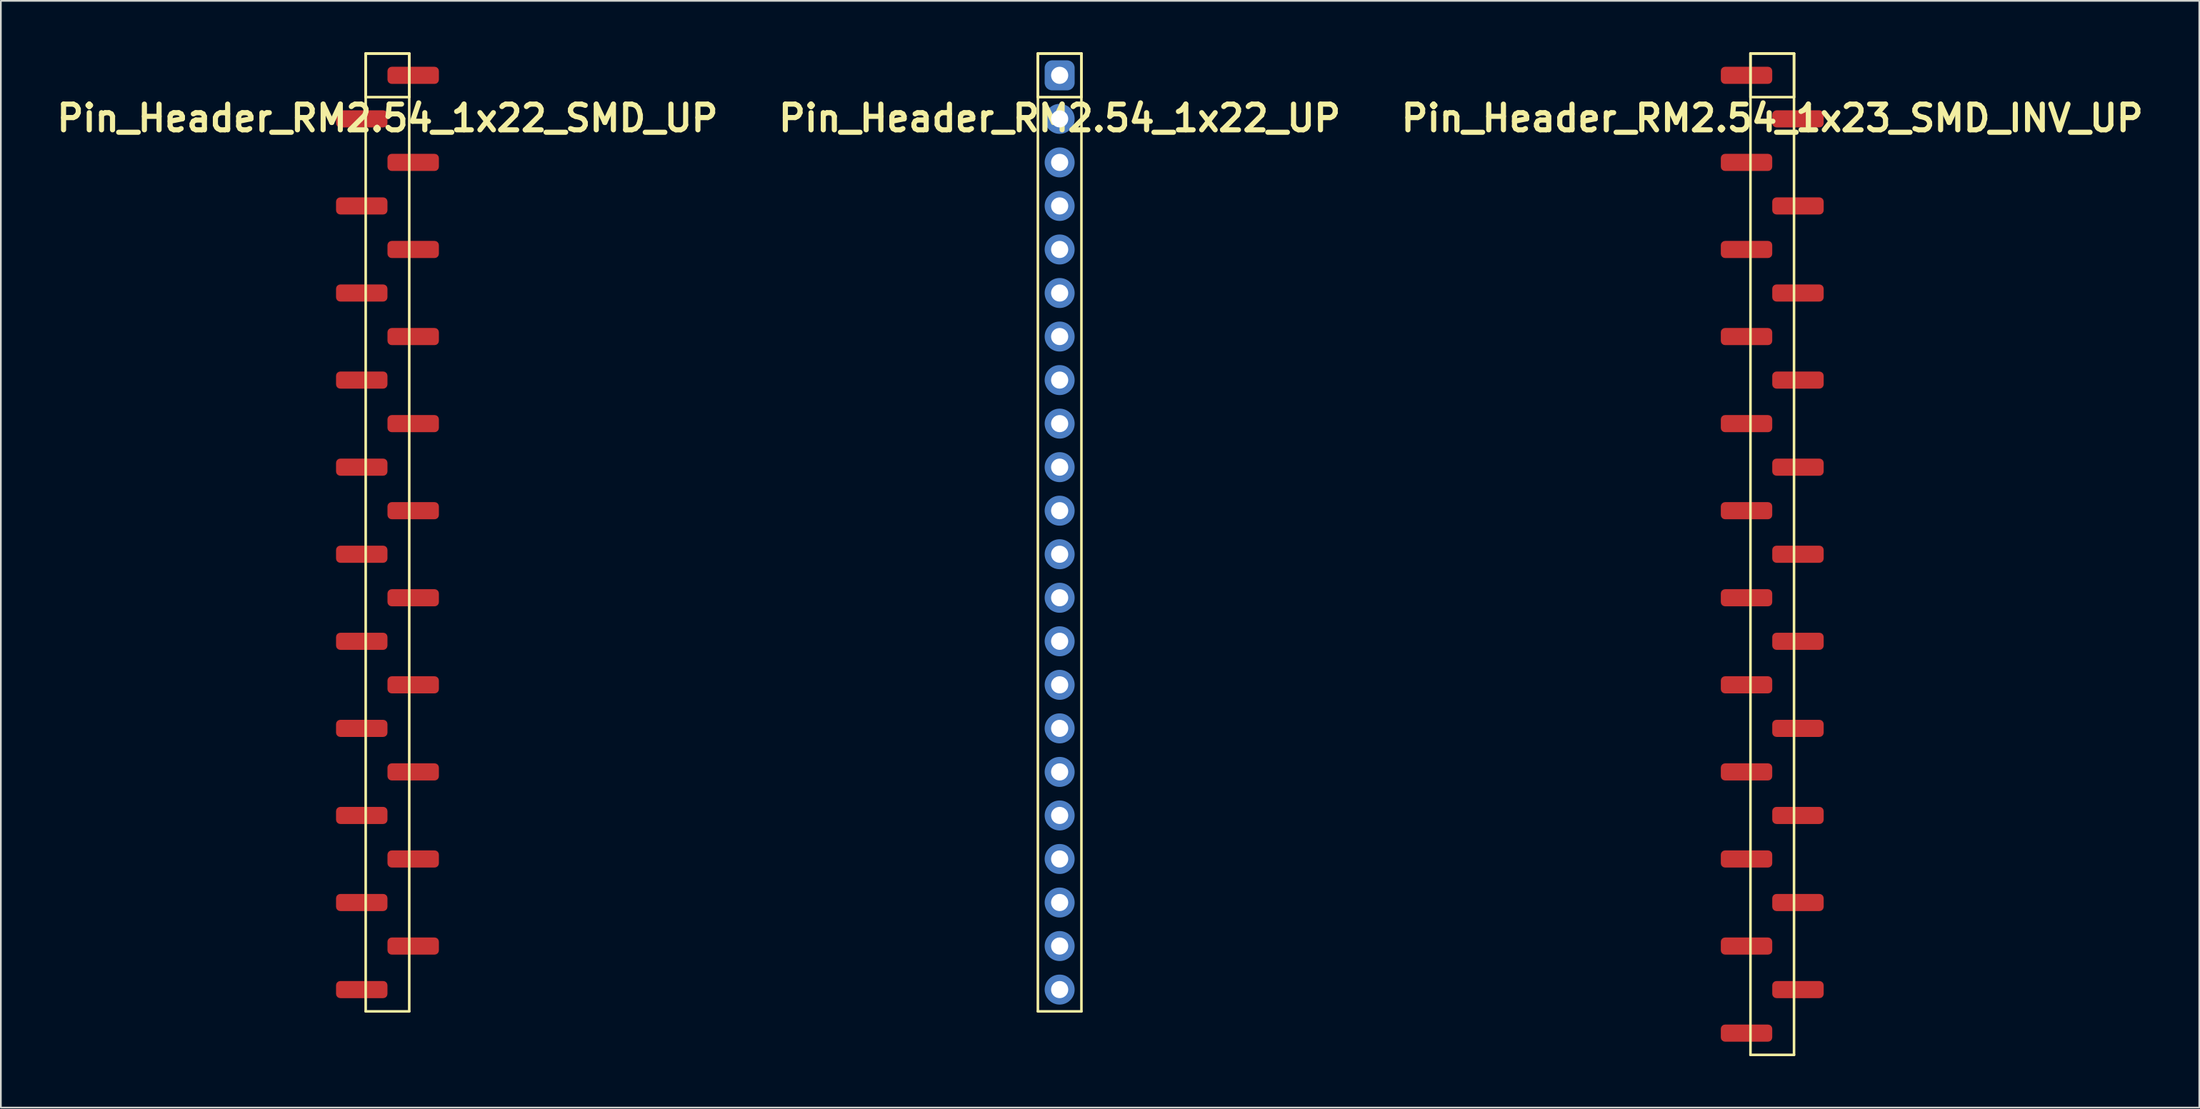
<source format=kicad_pcb>
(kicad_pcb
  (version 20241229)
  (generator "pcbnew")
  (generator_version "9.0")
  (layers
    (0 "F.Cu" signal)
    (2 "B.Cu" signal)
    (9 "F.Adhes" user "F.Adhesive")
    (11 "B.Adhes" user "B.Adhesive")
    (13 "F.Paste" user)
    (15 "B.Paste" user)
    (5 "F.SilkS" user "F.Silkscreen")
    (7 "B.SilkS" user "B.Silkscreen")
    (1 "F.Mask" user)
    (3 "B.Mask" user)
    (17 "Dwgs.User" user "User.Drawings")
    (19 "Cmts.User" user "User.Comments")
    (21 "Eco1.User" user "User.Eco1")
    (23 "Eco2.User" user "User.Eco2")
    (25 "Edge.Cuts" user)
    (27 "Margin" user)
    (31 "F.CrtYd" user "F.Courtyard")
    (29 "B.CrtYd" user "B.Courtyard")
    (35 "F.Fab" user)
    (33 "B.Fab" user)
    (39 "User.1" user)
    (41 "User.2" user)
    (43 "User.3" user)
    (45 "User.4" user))
  (footprint "Pin_Header_RM2.54_1x23_SMD_INV_UP"
    (layer "F.Cu")
    (at 100.321 1.345)
    (property "Reference" "Pin_Header_RM2.54_1x23_SMD_INV_UP" (at 0 2.5 0) (layer "F.SilkS") (effects (font (size 1.5 1.5) (thickness 0.3))))
    (attr through_hole)
    (fp_line (start -1.27 -1.27) (end 1.27 -1.27) (stroke (width 0.15) (type solid)) (layer "F.SilkS"))
    (fp_line (start -1.27 -1.27) (end 1.27 -1.27) (stroke (width 0.15) (type solid)) (layer "F.SilkS"))
    (fp_line (start -1.27 1.27) (end -1.27 -1.27) (stroke (width 0.15) (type solid)) (layer "F.SilkS"))
    (fp_line (start -1.27 57.15) (end -1.27 -1.27) (stroke (width 0.15) (type solid)) (layer "F.SilkS"))
    (fp_line (start 1.27 -1.27) (end 1.27 1.27) (stroke (width 0.15) (type solid)) (layer "F.SilkS"))
    (fp_line (start 1.27 -1.27) (end 1.27 57.15) (stroke (width 0.15) (type solid)) (layer "F.SilkS"))
    (fp_line (start 1.27 1.27) (end -1.27 1.27) (stroke (width 0.15) (type solid)) (layer "F.SilkS"))
    (fp_line (start 1.27 57.15) (end -1.27 57.15) (stroke (width 0.15) (type solid)) (layer "F.SilkS"))
    (pad "1" smd roundrect (at -1.5 0) (size 3 1) (layers "F.Cu" "F.Mask") (roundrect_rratio 0.25))
    (pad "2" smd roundrect (at 1.5 2.54) (size 3 1) (layers "F.Cu" "F.Mask") (roundrect_rratio 0.25))
    (pad "3" smd roundrect (at -1.5 5.08) (size 3 1) (layers "F.Cu" "F.Mask") (roundrect_rratio 0.25))
    (pad "4" smd roundrect (at 1.5 7.62) (size 3 1) (layers "F.Cu" "F.Mask") (roundrect_rratio 0.25))
    (pad "5" smd roundrect (at -1.5 10.16) (size 3 1) (layers "F.Cu" "F.Mask") (roundrect_rratio 0.25))
    (pad "6" smd roundrect (at 1.5 12.7) (size 3 1) (layers "F.Cu" "F.Mask") (roundrect_rratio 0.25))
    (pad "7" smd roundrect (at -1.5 15.24) (size 3 1) (layers "F.Cu" "F.Mask") (roundrect_rratio 0.25))
    (pad "8" smd roundrect (at 1.5 17.78) (size 3 1) (layers "F.Cu" "F.Mask") (roundrect_rratio 0.25))
    (pad "9" smd roundrect (at -1.5 20.32) (size 3 1) (layers "F.Cu" "F.Mask") (roundrect_rratio 0.25))
    (pad "10" smd roundrect (at 1.5 22.86) (size 3 1) (layers "F.Cu" "F.Mask") (roundrect_rratio 0.25))
    (pad "11" smd roundrect (at -1.5 25.4) (size 3 1) (layers "F.Cu" "F.Mask") (roundrect_rratio 0.25))
    (pad "12" smd roundrect (at 1.5 27.94) (size 3 1) (layers "F.Cu" "F.Mask") (roundrect_rratio 0.25))
    (pad "13" smd roundrect (at -1.5 30.48) (size 3 1) (layers "F.Cu" "F.Mask") (roundrect_rratio 0.25))
    (pad "14" smd roundrect (at 1.5 33.02) (size 3 1) (layers "F.Cu" "F.Mask") (roundrect_rratio 0.25))
    (pad "15" smd roundrect (at -1.5 35.56) (size 3 1) (layers "F.Cu" "F.Mask") (roundrect_rratio 0.25))
    (pad "16" smd roundrect (at 1.5 38.1) (size 3 1) (layers "F.Cu" "F.Mask") (roundrect_rratio 0.25))
    (pad "17" smd roundrect (at -1.5 40.64) (size 3 1) (layers "F.Cu" "F.Mask") (roundrect_rratio 0.25))
    (pad "18" smd roundrect (at 1.5 43.18) (size 3 1) (layers "F.Cu" "F.Mask") (roundrect_rratio 0.25))
    (pad "19" smd roundrect (at -1.5 45.72) (size 3 1) (layers "F.Cu" "F.Mask") (roundrect_rratio 0.25))
    (pad "20" smd roundrect (at 1.5 48.26) (size 3 1) (layers "F.Cu" "F.Mask") (roundrect_rratio 0.25))
    (pad "21" smd roundrect (at -1.5 50.8) (size 3 1) (layers "F.Cu" "F.Mask") (roundrect_rratio 0.25))
    (pad "22" smd roundrect (at 1.5 53.34) (size 3 1) (layers "F.Cu" "F.Mask") (roundrect_rratio 0.25))
    (pad "23" smd roundrect (at -1.5 55.88) (size 3 1) (layers "F.Cu" "F.Mask") (roundrect_rratio 0.25)))
  (footprint "Pin_Header_RM2.54_1x22_UP"
    (layer "F.Cu")
    (at 58.757 1.345)
    (property "Reference" "Pin_Header_RM2.54_1x22_UP" (at 0 2.5 0) (layer "F.SilkS") (effects (font (size 1.5 1.5) (thickness 0.3))))
    (attr through_hole)
    (fp_line (start -1.27 -1.27) (end 1.27 -1.27) (stroke (width 0.15) (type solid)) (layer "F.SilkS"))
    (fp_line (start -1.27 -1.27) (end 1.27 -1.27) (stroke (width 0.15) (type solid)) (layer "F.SilkS"))
    (fp_line (start -1.27 1.27) (end -1.27 -1.27) (stroke (width 0.15) (type solid)) (layer "F.SilkS"))
    (fp_line (start -1.27 54.61) (end -1.27 -1.27) (stroke (width 0.15) (type solid)) (layer "F.SilkS"))
    (fp_line (start 1.27 -1.27) (end 1.27 1.27) (stroke (width 0.15) (type solid)) (layer "F.SilkS"))
    (fp_line (start 1.27 -1.27) (end 1.27 54.61) (stroke (width 0.15) (type solid)) (layer "F.SilkS"))
    (fp_line (start 1.27 1.27) (end -1.27 1.27) (stroke (width 0.15) (type solid)) (layer "F.SilkS"))
    (fp_line (start 1.27 54.61) (end -1.27 54.61) (stroke (width 0.15) (type solid)) (layer "F.SilkS"))
    (pad "1" thru_hole circle (at 0 0) (size 1.3 1.3) (drill 1) (layers "*.Cu" "*.Mask"))
    (pad "1" smd roundrect (at 0 0) (size 1.5 1.5) (layers "F.Cu" "F.Mask") (roundrect_rratio 0.25))
    (pad "1" smd roundrect (at 0 0) (size 1.75 1.75) (layers "B.Cu" "B.Mask") (roundrect_rratio 0.25))
    (pad "2" thru_hole circle (at 0 2.54) (size 1.3 1.3) (drill 1) (layers "*.Cu" "*.Mask"))
    (pad "2" smd circle (at 0 2.54) (size 1.5 1.5) (layers "F.Cu" "F.Mask"))
    (pad "2" smd circle (at 0 2.54) (size 1.75 1.75) (layers "B.Cu" "B.Mask"))
    (pad "3" thru_hole circle (at 0 5.08) (size 1.3 1.3) (drill 1) (layers "*.Cu" "*.Mask"))
    (pad "3" smd circle (at 0 5.08) (size 1.5 1.5) (layers "F.Cu" "F.Mask"))
    (pad "3" smd circle (at 0 5.08) (size 1.75 1.75) (layers "B.Cu" "B.Mask"))
    (pad "4" thru_hole circle (at 0 7.62) (size 1.3 1.3) (drill 1) (layers "*.Cu" "*.Mask"))
    (pad "4" smd circle (at 0 7.62) (size 1.5 1.5) (layers "F.Cu" "F.Mask"))
    (pad "4" smd circle (at 0 7.62) (size 1.75 1.75) (layers "B.Cu" "B.Mask"))
    (pad "5" thru_hole circle (at 0 10.16) (size 1.3 1.3) (drill 1) (layers "*.Cu" "*.Mask"))
    (pad "5" smd circle (at 0 10.16) (size 1.5 1.5) (layers "F.Cu" "F.Mask"))
    (pad "5" smd circle (at 0 10.16) (size 1.75 1.75) (layers "B.Cu" "B.Mask"))
    (pad "6" thru_hole circle (at 0 12.7) (size 1.3 1.3) (drill 1) (layers "*.Cu" "*.Mask"))
    (pad "6" smd circle (at 0 12.7) (size 1.5 1.5) (layers "F.Cu" "F.Mask"))
    (pad "6" smd circle (at 0 12.7) (size 1.75 1.75) (layers "B.Cu" "B.Mask"))
    (pad "7" thru_hole circle (at 0 15.24) (size 1.3 1.3) (drill 1) (layers "*.Cu" "*.Mask"))
    (pad "7" smd circle (at 0 15.24) (size 1.5 1.5) (layers "F.Cu" "F.Mask"))
    (pad "7" smd circle (at 0 15.24) (size 1.75 1.75) (layers "B.Cu" "B.Mask"))
    (pad "8" thru_hole circle (at 0 17.78) (size 1.3 1.3) (drill 1) (layers "*.Cu" "*.Mask"))
    (pad "8" smd circle (at 0 17.78) (size 1.5 1.5) (layers "F.Cu" "F.Mask"))
    (pad "8" smd circle (at 0 17.78) (size 1.75 1.75) (layers "B.Cu" "B.Mask"))
    (pad "9" thru_hole circle (at 0 20.32) (size 1.3 1.3) (drill 1) (layers "*.Cu" "*.Mask"))
    (pad "9" smd circle (at 0 20.32) (size 1.5 1.5) (layers "F.Cu" "F.Mask"))
    (pad "9" smd circle (at 0 20.32) (size 1.75 1.75) (layers "B.Cu" "B.Mask"))
    (pad "10" thru_hole circle (at 0 22.86) (size 1.3 1.3) (drill 1) (layers "*.Cu" "*.Mask"))
    (pad "10" smd circle (at 0 22.86) (size 1.5 1.5) (layers "F.Cu" "F.Mask"))
    (pad "10" smd circle (at 0 22.86) (size 1.75 1.75) (layers "B.Cu" "B.Mask"))
    (pad "11" thru_hole circle (at 0 25.4) (size 1.3 1.3) (drill 1) (layers "*.Cu" "*.Mask"))
    (pad "11" smd circle (at 0 25.4) (size 1.5 1.5) (layers "F.Cu" "F.Mask"))
    (pad "11" smd circle (at 0 25.4) (size 1.75 1.75) (layers "B.Cu" "B.Mask"))
    (pad "12" thru_hole circle (at 0 27.94) (size 1.3 1.3) (drill 1) (layers "*.Cu" "*.Mask"))
    (pad "12" smd circle (at 0 27.94) (size 1.5 1.5) (layers "F.Cu" "F.Mask"))
    (pad "12" smd circle (at 0 27.94) (size 1.75 1.75) (layers "B.Cu" "B.Mask"))
    (pad "13" thru_hole circle (at 0 30.48) (size 1.3 1.3) (drill 1) (layers "*.Cu" "*.Mask"))
    (pad "13" smd circle (at 0 30.48) (size 1.5 1.5) (layers "F.Cu" "F.Mask"))
    (pad "13" smd circle (at 0 30.48) (size 1.75 1.75) (layers "B.Cu" "B.Mask"))
    (pad "14" thru_hole circle (at 0 33.02) (size 1.3 1.3) (drill 1) (layers "*.Cu" "*.Mask"))
    (pad "14" smd circle (at 0 33.02) (size 1.5 1.5) (layers "F.Cu" "F.Mask"))
    (pad "14" smd circle (at 0 33.02) (size 1.75 1.75) (layers "B.Cu" "B.Mask"))
    (pad "15" thru_hole circle (at 0 35.56) (size 1.3 1.3) (drill 1) (layers "*.Cu" "*.Mask"))
    (pad "15" smd circle (at 0 35.56) (size 1.5 1.5) (layers "F.Cu" "F.Mask"))
    (pad "15" smd circle (at 0 35.56) (size 1.75 1.75) (layers "B.Cu" "B.Mask"))
    (pad "16" thru_hole circle (at 0 38.1) (size 1.3 1.3) (drill 1) (layers "*.Cu" "*.Mask"))
    (pad "16" smd circle (at 0 38.1) (size 1.5 1.5) (layers "F.Cu" "F.Mask"))
    (pad "16" smd circle (at 0 38.1) (size 1.75 1.75) (layers "B.Cu" "B.Mask"))
    (pad "17" thru_hole circle (at 0 40.64) (size 1.3 1.3) (drill 1) (layers "*.Cu" "*.Mask"))
    (pad "17" smd circle (at 0 40.64) (size 1.5 1.5) (layers "F.Cu" "F.Mask"))
    (pad "17" smd circle (at 0 40.64) (size 1.75 1.75) (layers "B.Cu" "B.Mask"))
    (pad "18" thru_hole circle (at 0 43.18) (size 1.3 1.3) (drill 1) (layers "*.Cu" "*.Mask"))
    (pad "18" smd circle (at 0 43.18) (size 1.5 1.5) (layers "F.Cu" "F.Mask"))
    (pad "18" smd circle (at 0 43.18) (size 1.75 1.75) (layers "B.Cu" "B.Mask"))
    (pad "19" thru_hole circle (at 0 45.72) (size 1.3 1.3) (drill 1) (layers "*.Cu" "*.Mask"))
    (pad "19" smd circle (at 0 45.72) (size 1.5 1.5) (layers "F.Cu" "F.Mask"))
    (pad "19" smd circle (at 0 45.72) (size 1.75 1.75) (layers "B.Cu" "B.Mask"))
    (pad "20" thru_hole circle (at 0 48.26) (size 1.3 1.3) (drill 1) (layers "*.Cu" "*.Mask"))
    (pad "20" smd circle (at 0 48.26) (size 1.5 1.5) (layers "F.Cu" "F.Mask"))
    (pad "20" smd circle (at 0 48.26) (size 1.75 1.75) (layers "B.Cu" "B.Mask"))
    (pad "21" thru_hole circle (at 0 50.8) (size 1.3 1.3) (drill 1) (layers "*.Cu" "*.Mask"))
    (pad "21" smd circle (at 0 50.8) (size 1.5 1.5) (layers "F.Cu" "F.Mask"))
    (pad "21" smd circle (at 0 50.8) (size 1.75 1.75) (layers "B.Cu" "B.Mask"))
    (pad "22" thru_hole circle (at 0 53.34) (size 1.3 1.3) (drill 1) (layers "*.Cu" "*.Mask"))
    (pad "22" smd circle (at 0 53.34) (size 1.5 1.5) (layers "F.Cu" "F.Mask"))
    (pad "22" smd circle (at 0 53.34) (size 1.75 1.75) (layers "B.Cu" "B.Mask")))
  (footprint "Pin_Header_RM2.54_1x22_SMD_UP"
    (layer "F.Cu")
    (at 19.55 1.345)
    (property "Reference" "Pin_Header_RM2.54_1x22_SMD_UP" (at 0 2.5 0) (layer "F.SilkS") (effects (font (size 1.5 1.5) (thickness 0.3))))
    (attr through_hole)
    (fp_line (start -1.27 -1.27) (end 1.27 -1.27) (stroke (width 0.15) (type solid)) (layer "F.SilkS"))
    (fp_line (start -1.27 -1.27) (end 1.27 -1.27) (stroke (width 0.15) (type solid)) (layer "F.SilkS"))
    (fp_line (start -1.27 1.27) (end -1.27 -1.27) (stroke (width 0.15) (type solid)) (layer "F.SilkS"))
    (fp_line (start -1.27 54.61) (end -1.27 -1.27) (stroke (width 0.15) (type solid)) (layer "F.SilkS"))
    (fp_line (start 1.27 -1.27) (end 1.27 1.27) (stroke (width 0.15) (type solid)) (layer "F.SilkS"))
    (fp_line (start 1.27 -1.27) (end 1.27 54.61) (stroke (width 0.15) (type solid)) (layer "F.SilkS"))
    (fp_line (start 1.27 1.27) (end -1.27 1.27) (stroke (width 0.15) (type solid)) (layer "F.SilkS"))
    (fp_line (start 1.27 54.61) (end -1.27 54.61) (stroke (width 0.15) (type solid)) (layer "F.SilkS"))
    (pad "1" smd roundrect (at 1.5 0) (size 3 1) (layers "F.Cu" "F.Mask") (roundrect_rratio 0.25))
    (pad "2" smd roundrect (at -1.5 2.54) (size 3 1) (layers "F.Cu" "F.Mask") (roundrect_rratio 0.25))
    (pad "3" smd roundrect (at 1.5 5.08) (size 3 1) (layers "F.Cu" "F.Mask") (roundrect_rratio 0.25))
    (pad "4" smd roundrect (at -1.5 7.62) (size 3 1) (layers "F.Cu" "F.Mask") (roundrect_rratio 0.25))
    (pad "5" smd roundrect (at 1.5 10.16) (size 3 1) (layers "F.Cu" "F.Mask") (roundrect_rratio 0.25))
    (pad "6" smd roundrect (at -1.5 12.7) (size 3 1) (layers "F.Cu" "F.Mask") (roundrect_rratio 0.25))
    (pad "7" smd roundrect (at 1.5 15.24) (size 3 1) (layers "F.Cu" "F.Mask") (roundrect_rratio 0.25))
    (pad "8" smd roundrect (at -1.5 17.78) (size 3 1) (layers "F.Cu" "F.Mask") (roundrect_rratio 0.25))
    (pad "9" smd roundrect (at 1.5 20.32) (size 3 1) (layers "F.Cu" "F.Mask") (roundrect_rratio 0.25))
    (pad "10" smd roundrect (at -1.5 22.86) (size 3 1) (layers "F.Cu" "F.Mask") (roundrect_rratio 0.25))
    (pad "11" smd roundrect (at 1.5 25.4) (size 3 1) (layers "F.Cu" "F.Mask") (roundrect_rratio 0.25))
    (pad "12" smd roundrect (at -1.5 27.94) (size 3 1) (layers "F.Cu" "F.Mask") (roundrect_rratio 0.25))
    (pad "13" smd roundrect (at 1.5 30.48) (size 3 1) (layers "F.Cu" "F.Mask") (roundrect_rratio 0.25))
    (pad "14" smd roundrect (at -1.5 33.02) (size 3 1) (layers "F.Cu" "F.Mask") (roundrect_rratio 0.25))
    (pad "15" smd roundrect (at 1.5 35.56) (size 3 1) (layers "F.Cu" "F.Mask") (roundrect_rratio 0.25))
    (pad "16" smd roundrect (at -1.5 38.1) (size 3 1) (layers "F.Cu" "F.Mask") (roundrect_rratio 0.25))
    (pad "17" smd roundrect (at 1.5 40.64) (size 3 1) (layers "F.Cu" "F.Mask") (roundrect_rratio 0.25))
    (pad "18" smd roundrect (at -1.5 43.18) (size 3 1) (layers "F.Cu" "F.Mask") (roundrect_rratio 0.25))
    (pad "19" smd roundrect (at 1.5 45.72) (size 3 1) (layers "F.Cu" "F.Mask") (roundrect_rratio 0.25))
    (pad "20" smd roundrect (at -1.5 48.26) (size 3 1) (layers "F.Cu" "F.Mask") (roundrect_rratio 0.25))
    (pad "21" smd roundrect (at 1.5 50.8) (size 3 1) (layers "F.Cu" "F.Mask") (roundrect_rratio 0.25))
    (pad "22" smd roundrect (at -1.5 53.34) (size 3 1) (layers "F.Cu" "F.Mask") (roundrect_rratio 0.25)))
  (gr_rect
    (start -3 -3)
    (end 125.229 61.57)
    (stroke (width 0.1) (type default))
    (fill no)
    (layer "Edge.Cuts")))
</source>
